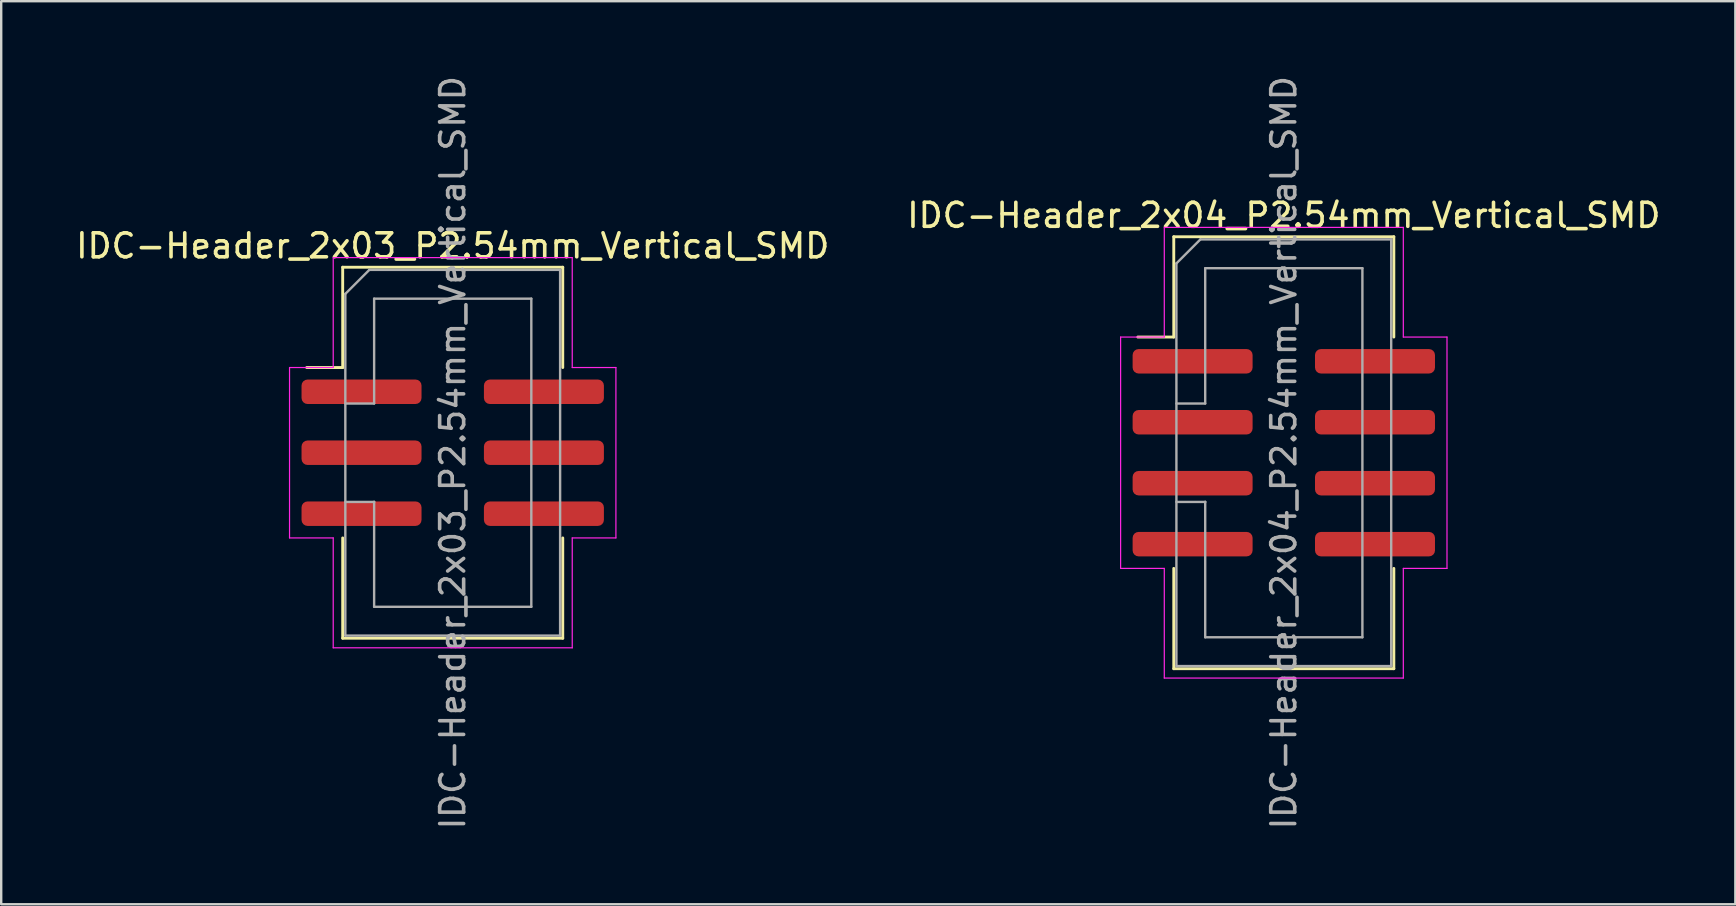
<source format=kicad_pcb>
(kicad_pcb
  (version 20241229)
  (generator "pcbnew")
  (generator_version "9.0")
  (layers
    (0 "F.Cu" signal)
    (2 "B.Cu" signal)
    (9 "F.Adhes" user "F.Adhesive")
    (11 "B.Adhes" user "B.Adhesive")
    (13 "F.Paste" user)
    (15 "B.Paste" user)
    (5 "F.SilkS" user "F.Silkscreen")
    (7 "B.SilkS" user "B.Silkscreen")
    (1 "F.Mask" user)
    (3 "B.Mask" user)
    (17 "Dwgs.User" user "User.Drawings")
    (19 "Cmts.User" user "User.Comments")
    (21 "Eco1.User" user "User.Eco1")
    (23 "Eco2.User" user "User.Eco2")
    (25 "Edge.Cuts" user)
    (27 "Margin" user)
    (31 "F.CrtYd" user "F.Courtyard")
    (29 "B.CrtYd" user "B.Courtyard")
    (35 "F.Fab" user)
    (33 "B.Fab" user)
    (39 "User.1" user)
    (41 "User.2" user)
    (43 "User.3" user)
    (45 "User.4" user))
  (footprint "IDC-Header_2x03_P2.54mm_Vertical_SMD"
    (layer "F.Cu")
    (at 15.815 15.815)
    (property "Reference" "IDC-Header_2x03_P2.54mm_Vertical_SMD" (at 0 -8.62 0) (layer "F.SilkS") (effects (font (size 1 1) (thickness 0.15))))
    (attr smd)
    (fp_line (start -4.585 -7.73) (end 4.585 -7.73) (stroke (width 0.12) (type solid)) (layer "F.SilkS"))
    (fp_line (start -4.585 -3.55) (end -6.085 -3.55) (stroke (width 0.12) (type solid)) (layer "F.SilkS"))
    (fp_line (start -4.585 -3.55) (end -4.585 -7.73) (stroke (width 0.12) (type solid)) (layer "F.SilkS"))
    (fp_line (start -4.585 3.55) (end -4.585 7.73) (stroke (width 0.12) (type solid)) (layer "F.SilkS"))
    (fp_line (start -4.585 7.73) (end 4.585 7.73) (stroke (width 0.12) (type solid)) (layer "F.SilkS"))
    (fp_line (start 4.585 -7.73) (end 4.585 -3.55) (stroke (width 0.12) (type solid)) (layer "F.SilkS"))
    (fp_line (start 4.585 7.73) (end 4.585 3.55) (stroke (width 0.12) (type solid)) (layer "F.SilkS"))
    (fp_line (start -6.8 -3.55) (end -6.8 3.55) (stroke (width 0.05) (type solid)) (layer "F.CrtYd"))
    (fp_line (start -6.8 3.55) (end -4.98 3.55) (stroke (width 0.05) (type solid)) (layer "F.CrtYd"))
    (fp_line (start -4.98 -8.13) (end -4.98 -3.55) (stroke (width 0.05) (type solid)) (layer "F.CrtYd"))
    (fp_line (start -4.98 -3.55) (end -6.8 -3.55) (stroke (width 0.05) (type solid)) (layer "F.CrtYd"))
    (fp_line (start -4.98 3.55) (end -4.98 8.13) (stroke (width 0.05) (type solid)) (layer "F.CrtYd"))
    (fp_line (start -4.98 8.13) (end 4.98 8.13) (stroke (width 0.05) (type solid)) (layer "F.CrtYd"))
    (fp_line (start 4.98 -8.13) (end -4.98 -8.13) (stroke (width 0.05) (type solid)) (layer "F.CrtYd"))
    (fp_line (start 4.98 -3.55) (end 4.98 -8.13) (stroke (width 0.05) (type solid)) (layer "F.CrtYd"))
    (fp_line (start 4.98 3.55) (end 6.8 3.55) (stroke (width 0.05) (type solid)) (layer "F.CrtYd"))
    (fp_line (start 4.98 8.13) (end 4.98 3.55) (stroke (width 0.05) (type solid)) (layer "F.CrtYd"))
    (fp_line (start 6.8 -3.55) (end 4.98 -3.55) (stroke (width 0.05) (type solid)) (layer "F.CrtYd"))
    (fp_line (start 6.8 3.55) (end 6.8 -3.55) (stroke (width 0.05) (type solid)) (layer "F.CrtYd"))
    (fp_line (start -4.475 -6.62) (end -3.475 -7.62) (stroke (width 0.1) (type solid)) (layer "F.Fab"))
    (fp_line (start -4.475 -2.05) (end -3.275 -2.05) (stroke (width 0.1) (type solid)) (layer "F.Fab"))
    (fp_line (start -4.475 7.62) (end -4.475 -6.62) (stroke (width 0.1) (type solid)) (layer "F.Fab"))
    (fp_line (start -3.475 -7.62) (end 4.475 -7.62) (stroke (width 0.1) (type solid)) (layer "F.Fab"))
    (fp_line (start -3.275 -6.42) (end 3.275 -6.42) (stroke (width 0.1) (type solid)) (layer "F.Fab"))
    (fp_line (start -3.275 -2.05) (end -3.275 -6.42) (stroke (width 0.1) (type solid)) (layer "F.Fab"))
    (fp_line (start -3.275 2.05) (end -4.475 2.05) (stroke (width 0.1) (type solid)) (layer "F.Fab"))
    (fp_line (start -3.275 2.05) (end -3.275 2.05) (stroke (width 0.1) (type solid)) (layer "F.Fab"))
    (fp_line (start -3.275 6.42) (end -3.275 2.05) (stroke (width 0.1) (type solid)) (layer "F.Fab"))
    (fp_line (start 3.275 -6.42) (end 3.275 6.42) (stroke (width 0.1) (type solid)) (layer "F.Fab"))
    (fp_line (start 3.275 6.42) (end -3.275 6.42) (stroke (width 0.1) (type solid)) (layer "F.Fab"))
    (fp_line (start 4.475 -7.62) (end 4.475 7.62) (stroke (width 0.1) (type solid)) (layer "F.Fab"))
    (fp_line (start 4.475 7.62) (end -4.475 7.62) (stroke (width 0.1) (type solid)) (layer "F.Fab"))
    (fp_text user "${REFERENCE}" (at 0 0 90) (layer "F.Fab") (effects (font (size 1 1) (thickness 0.15))))
    (pad "1" smd roundrect (at -3.8 -2.54) (size 5 1.02) (layers "F.Cu" "F.Mask" "F.Paste") (roundrect_rratio 0.245))
    (pad "2" smd roundrect (at 3.8 -2.54) (size 5 1.02) (layers "F.Cu" "F.Mask" "F.Paste") (roundrect_rratio 0.245))
    (pad "3" smd roundrect (at -3.8 0) (size 5 1.02) (layers "F.Cu" "F.Mask" "F.Paste") (roundrect_rratio 0.245))
    (pad "4" smd roundrect (at 3.8 0) (size 5 1.02) (layers "F.Cu" "F.Mask" "F.Paste") (roundrect_rratio 0.245))
    (pad "5" smd roundrect (at -3.8 2.54) (size 5 1.02) (layers "F.Cu" "F.Mask" "F.Paste") (roundrect_rratio 0.245))
    (pad "6" smd roundrect (at 3.8 2.54) (size 5 1.02) (layers "F.Cu" "F.Mask" "F.Paste") (roundrect_rratio 0.245)))
  (footprint "IDC-Header_2x04_P2.54mm_Vertical_SMD"
    (layer "F.Cu")
    (at 50.446 15.815)
    (property "Reference" "IDC-Header_2x04_P2.54mm_Vertical_SMD" (at 0 -9.89 0) (layer "F.SilkS") (effects (font (size 1 1) (thickness 0.15))))
    (attr smd)
    (fp_line (start -4.585 -9) (end 4.585 -9) (stroke (width 0.12) (type solid)) (layer "F.SilkS"))
    (fp_line (start -4.585 -4.82) (end -6.085 -4.82) (stroke (width 0.12) (type solid)) (layer "F.SilkS"))
    (fp_line (start -4.585 -4.82) (end -4.585 -9) (stroke (width 0.12) (type solid)) (layer "F.SilkS"))
    (fp_line (start -4.585 4.82) (end -4.585 9) (stroke (width 0.12) (type solid)) (layer "F.SilkS"))
    (fp_line (start -4.585 9) (end 4.585 9) (stroke (width 0.12) (type solid)) (layer "F.SilkS"))
    (fp_line (start 4.585 -9) (end 4.585 -4.82) (stroke (width 0.12) (type solid)) (layer "F.SilkS"))
    (fp_line (start 4.585 9) (end 4.585 4.82) (stroke (width 0.12) (type solid)) (layer "F.SilkS"))
    (fp_line (start -6.8 -4.82) (end -6.8 4.82) (stroke (width 0.05) (type solid)) (layer "F.CrtYd"))
    (fp_line (start -6.8 4.82) (end -4.98 4.82) (stroke (width 0.05) (type solid)) (layer "F.CrtYd"))
    (fp_line (start -4.98 -9.39) (end -4.98 -4.82) (stroke (width 0.05) (type solid)) (layer "F.CrtYd"))
    (fp_line (start -4.98 -4.82) (end -6.8 -4.82) (stroke (width 0.05) (type solid)) (layer "F.CrtYd"))
    (fp_line (start -4.98 4.82) (end -4.98 9.39) (stroke (width 0.05) (type solid)) (layer "F.CrtYd"))
    (fp_line (start -4.98 9.39) (end 4.98 9.39) (stroke (width 0.05) (type solid)) (layer "F.CrtYd"))
    (fp_line (start 4.98 -9.39) (end -4.98 -9.39) (stroke (width 0.05) (type solid)) (layer "F.CrtYd"))
    (fp_line (start 4.98 -4.82) (end 4.98 -9.39) (stroke (width 0.05) (type solid)) (layer "F.CrtYd"))
    (fp_line (start 4.98 4.82) (end 6.8 4.82) (stroke (width 0.05) (type solid)) (layer "F.CrtYd"))
    (fp_line (start 4.98 9.39) (end 4.98 4.82) (stroke (width 0.05) (type solid)) (layer "F.CrtYd"))
    (fp_line (start 6.8 -4.82) (end 4.98 -4.82) (stroke (width 0.05) (type solid)) (layer "F.CrtYd"))
    (fp_line (start 6.8 4.82) (end 6.8 -4.82) (stroke (width 0.05) (type solid)) (layer "F.CrtYd"))
    (fp_line (start -4.475 -7.89) (end -3.475 -8.89) (stroke (width 0.1) (type solid)) (layer "F.Fab"))
    (fp_line (start -4.475 -2.05) (end -3.275 -2.05) (stroke (width 0.1) (type solid)) (layer "F.Fab"))
    (fp_line (start -4.475 8.89) (end -4.475 -7.89) (stroke (width 0.1) (type solid)) (layer "F.Fab"))
    (fp_line (start -3.475 -8.89) (end 4.475 -8.89) (stroke (width 0.1) (type solid)) (layer "F.Fab"))
    (fp_line (start -3.275 -7.69) (end 3.275 -7.69) (stroke (width 0.1) (type solid)) (layer "F.Fab"))
    (fp_line (start -3.275 -2.05) (end -3.275 -7.69) (stroke (width 0.1) (type solid)) (layer "F.Fab"))
    (fp_line (start -3.275 2.05) (end -4.475 2.05) (stroke (width 0.1) (type solid)) (layer "F.Fab"))
    (fp_line (start -3.275 2.05) (end -3.275 2.05) (stroke (width 0.1) (type solid)) (layer "F.Fab"))
    (fp_line (start -3.275 7.69) (end -3.275 2.05) (stroke (width 0.1) (type solid)) (layer "F.Fab"))
    (fp_line (start 3.275 -7.69) (end 3.275 7.69) (stroke (width 0.1) (type solid)) (layer "F.Fab"))
    (fp_line (start 3.275 7.69) (end -3.275 7.69) (stroke (width 0.1) (type solid)) (layer "F.Fab"))
    (fp_line (start 4.475 -8.89) (end 4.475 8.89) (stroke (width 0.1) (type solid)) (layer "F.Fab"))
    (fp_line (start 4.475 8.89) (end -4.475 8.89) (stroke (width 0.1) (type solid)) (layer "F.Fab"))
    (fp_text user "${REFERENCE}" (at 0 0 90) (layer "F.Fab") (effects (font (size 1 1) (thickness 0.15))))
    (pad "1" smd roundrect (at -3.8 -3.81) (size 5 1.02) (layers "F.Cu" "F.Mask" "F.Paste") (roundrect_rratio 0.245))
    (pad "2" smd roundrect (at 3.8 -3.81) (size 5 1.02) (layers "F.Cu" "F.Mask" "F.Paste") (roundrect_rratio 0.245))
    (pad "3" smd roundrect (at -3.8 -1.27) (size 5 1.02) (layers "F.Cu" "F.Mask" "F.Paste") (roundrect_rratio 0.245))
    (pad "4" smd roundrect (at 3.8 -1.27) (size 5 1.02) (layers "F.Cu" "F.Mask" "F.Paste") (roundrect_rratio 0.245))
    (pad "5" smd roundrect (at -3.8 1.27) (size 5 1.02) (layers "F.Cu" "F.Mask" "F.Paste") (roundrect_rratio 0.245))
    (pad "6" smd roundrect (at 3.8 1.27) (size 5 1.02) (layers "F.Cu" "F.Mask" "F.Paste") (roundrect_rratio 0.245))
    (pad "7" smd roundrect (at -3.8 3.81) (size 5 1.02) (layers "F.Cu" "F.Mask" "F.Paste") (roundrect_rratio 0.245))
    (pad "8" smd roundrect (at 3.8 3.81) (size 5 1.02) (layers "F.Cu" "F.Mask" "F.Paste") (roundrect_rratio 0.245)))
  (gr_rect
    (start -3 -3)
    (end 69.262 34.631)
    (stroke (width 0.1) (type default))
    (fill no)
    (layer "Edge.Cuts")))
</source>
